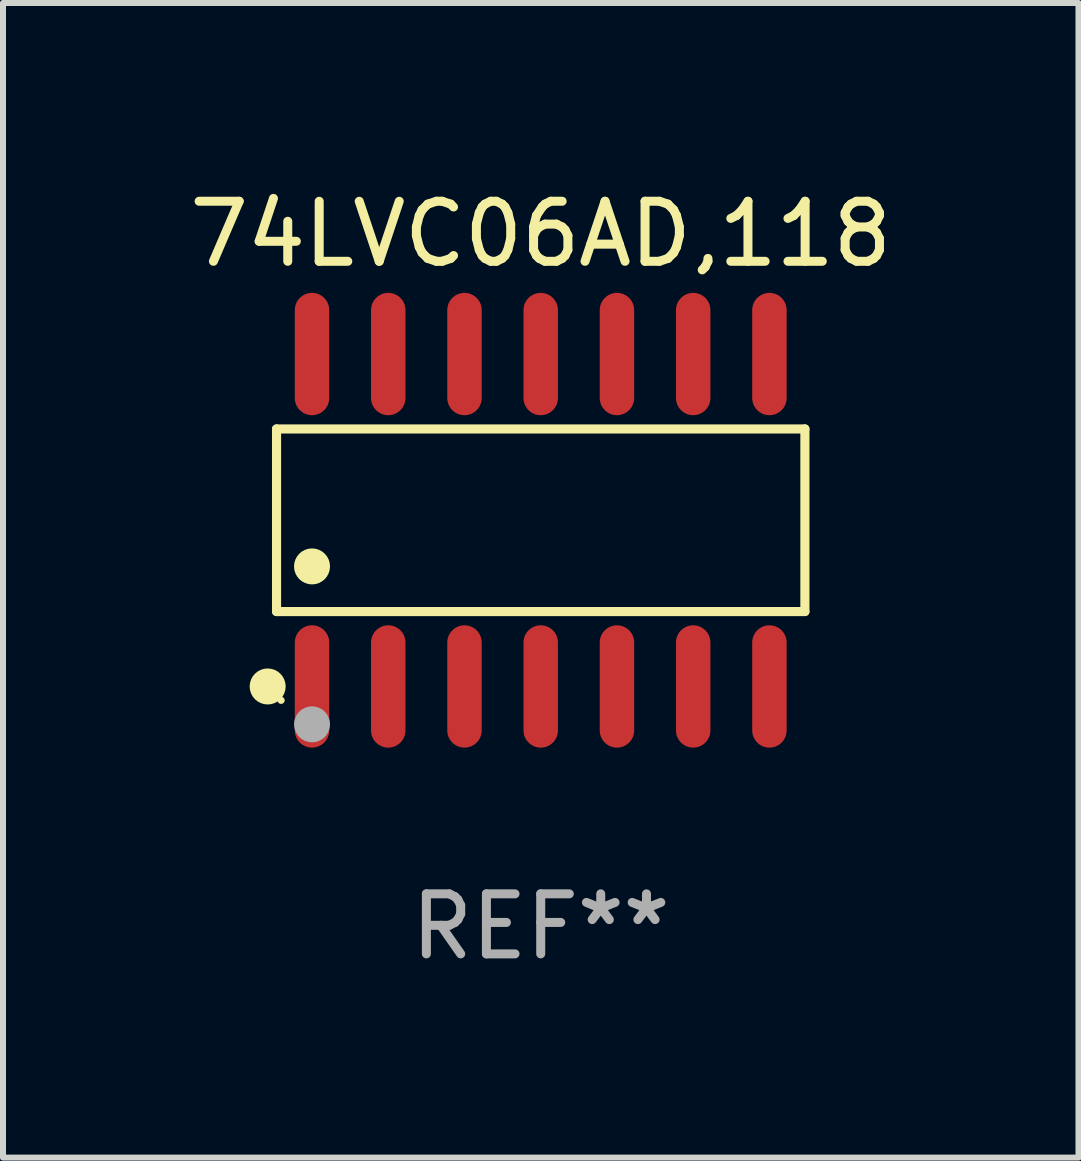
<source format=kicad_pcb>
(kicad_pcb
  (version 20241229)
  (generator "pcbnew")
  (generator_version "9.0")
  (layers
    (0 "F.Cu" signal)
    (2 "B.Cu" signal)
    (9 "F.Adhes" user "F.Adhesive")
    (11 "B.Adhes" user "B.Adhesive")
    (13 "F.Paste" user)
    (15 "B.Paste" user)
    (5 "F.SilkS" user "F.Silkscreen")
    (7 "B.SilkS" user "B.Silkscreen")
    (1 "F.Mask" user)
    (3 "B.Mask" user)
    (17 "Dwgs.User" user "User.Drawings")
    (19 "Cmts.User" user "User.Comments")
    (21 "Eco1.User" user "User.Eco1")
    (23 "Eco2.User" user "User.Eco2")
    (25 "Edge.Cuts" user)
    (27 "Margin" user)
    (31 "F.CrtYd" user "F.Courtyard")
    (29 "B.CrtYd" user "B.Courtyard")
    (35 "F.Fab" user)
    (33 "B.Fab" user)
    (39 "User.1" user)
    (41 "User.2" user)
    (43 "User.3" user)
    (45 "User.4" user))
  (footprint "74LVC06AD,118"
    (layer "F.Cu")
    (at 5.958 5.617)
    (property "Reference" "74LVC06AD,118" (at 0 -4.769 0) (layer "F.SilkS") (effects (font (size 1 1) (thickness 0.15))))
    (attr through_hole)
    (fp_line (start -4.401 -1.521) (end 4.401 -1.521) (stroke (width 0.152) (type solid)) (layer "F.SilkS"))
    (fp_line (start -4.401 1.521) (end -4.401 -1.521) (stroke (width 0.152) (type solid)) (layer "F.SilkS"))
    (fp_line (start 4.401 -1.521) (end 4.401 1.521) (stroke (width 0.152) (type solid)) (layer "F.SilkS"))
    (fp_line (start 4.401 1.521) (end -4.401 1.521) (stroke (width 0.152) (type solid)) (layer "F.SilkS"))
    (fp_circle (center -4.549 2.769) (end -4.399 2.769) (stroke (width 0.3) (type solid)) (fill no) (layer "F.SilkS"))
    (fp_circle (center -4.325 3) (end -4.295 3) (stroke (width 0.06) (type solid)) (fill no) (layer "F.SilkS"))
    (fp_circle (center -3.81 0.769) (end -3.66 0.769) (stroke (width 0.3) (type solid)) (fill no) (layer "F.SilkS"))
    (fp_circle (center -3.81 3.4) (end -3.66 3.4) (stroke (width 0.3) (type solid)) (fill no) (layer "F.Fab"))
    (fp_text user "REF**" (at 0 6.769 0) (layer "F.Fab") (effects (font (size 1 1) (thickness 0.15))))
    (pad "1" smd oval (at -3.81 2.769) (size 0.574 2.038) (layers "F.Cu" "F.Mask" "F.Paste"))
    (pad "2" smd oval (at -2.54 2.769) (size 0.574 2.038) (layers "F.Cu" "F.Mask" "F.Paste"))
    (pad "3" smd oval (at -1.27 2.769) (size 0.574 2.038) (layers "F.Cu" "F.Mask" "F.Paste"))
    (pad "4" smd oval (at 0 2.769) (size 0.574 2.038) (layers "F.Cu" "F.Mask" "F.Paste"))
    (pad "5" smd oval (at 1.27 2.769) (size 0.574 2.038) (layers "F.Cu" "F.Mask" "F.Paste"))
    (pad "6" smd oval (at 2.54 2.769) (size 0.574 2.038) (layers "F.Cu" "F.Mask" "F.Paste"))
    (pad "7" smd oval (at 3.81 2.769) (size 0.574 2.038) (layers "F.Cu" "F.Mask" "F.Paste"))
    (pad "8" smd oval (at 3.81 -2.769) (size 0.574 2.038) (layers "F.Cu" "F.Mask" "F.Paste"))
    (pad "9" smd oval (at 2.54 -2.769) (size 0.574 2.038) (layers "F.Cu" "F.Mask" "F.Paste"))
    (pad "10" smd oval (at 1.27 -2.769) (size 0.574 2.038) (layers "F.Cu" "F.Mask" "F.Paste"))
    (pad "11" smd oval (at 0 -2.769) (size 0.574 2.038) (layers "F.Cu" "F.Mask" "F.Paste"))
    (pad "12" smd oval (at -1.27 -2.769) (size 0.574 2.038) (layers "F.Cu" "F.Mask" "F.Paste"))
    (pad "13" smd oval (at -2.54 -2.769) (size 0.574 2.038) (layers "F.Cu" "F.Mask" "F.Paste"))
    (pad "14" smd oval (at -3.81 -2.769) (size 0.574 2.038) (layers "F.Cu" "F.Mask" "F.Paste")))
  (gr_rect
    (start -3 -3)
    (end 14.917 16.235)
    (stroke (width 0.1) (type default))
    (fill no)
    (layer "Edge.Cuts")))
</source>
